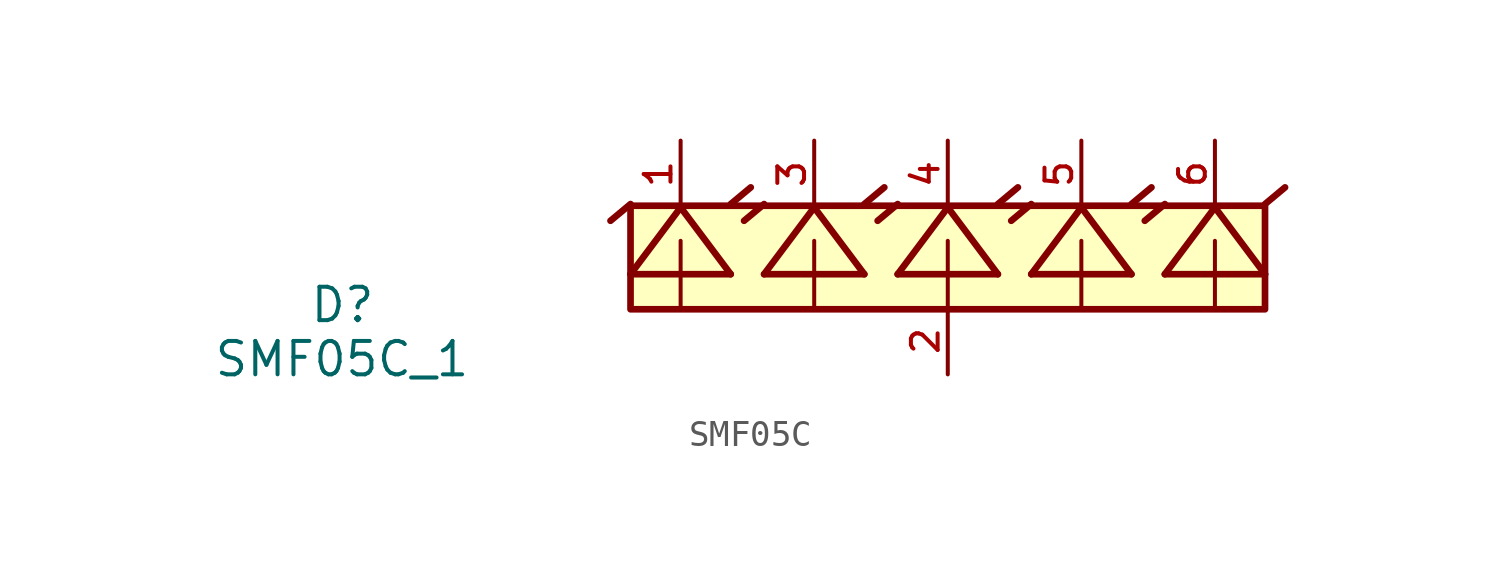
<source format=kicad_sym>
(kicad_symbol_lib
  (version 20231120)
  (generator "kicad_symbol_editor")
  (generator_version "8.0")
  (symbol "SMF05C"
    (pin_names
      (offset 1.016))
    (property "Reference" "D"
      (at -23.018 0.102 0)
      (effects (font (size 1.27 1.27))))
    (property "Value" "SMF05C_1"
      (at -23.04 -1.958 0)
      (effects (font (size 1.27 1.27))))
    (symbol "SMF05C_0_0"
      (rectangle (start -12.065 3.873) (end 12.065 -0.064) (stroke (width 0.254) (type default)) (fill (type background)))
      (polyline (pts (xy -12.065 1.27) (xy -8.255 1.27)) (stroke (width 0.254) (type default)) (fill (type none)))
      (polyline (pts (xy -12.065 3.937) (xy -12.827 3.302)) (stroke (width 0.254) (type default)) (fill (type none)))
      (polyline (pts (xy -10.16 2.54) (xy -10.16 0)) (stroke (width 0.152) (type default)) (fill (type none)))
      (polyline (pts (xy -10.16 3.81) (xy -12.065 1.27)) (stroke (width 0.254) (type default)) (fill (type none)))
      (polyline (pts (xy -8.255 1.27) (xy -10.16 3.81)) (stroke (width 0.254) (type default)) (fill (type none)))
      (polyline (pts (xy -8.255 3.937) (xy -7.493 4.572)) (stroke (width 0.254) (type default)) (fill (type none)))
      (polyline (pts (xy -6.985 1.27) (xy -3.175 1.27)) (stroke (width 0.254) (type default)) (fill (type none)))
      (polyline (pts (xy -6.985 3.937) (xy -7.747 3.302)) (stroke (width 0.254) (type default)) (fill (type none)))
      (polyline (pts (xy -5.08 2.54) (xy -5.08 0)) (stroke (width 0.152) (type default)) (fill (type none)))
      (polyline (pts (xy -5.08 3.81) (xy -6.985 1.27)) (stroke (width 0.254) (type default)) (fill (type none)))
      (polyline (pts (xy -3.175 1.27) (xy -5.08 3.81)) (stroke (width 0.254) (type default)) (fill (type none)))
      (polyline (pts (xy -3.175 3.937) (xy -2.413 4.572)) (stroke (width 0.254) (type default)) (fill (type none)))
      (polyline (pts (xy -1.905 1.27) (xy 1.905 1.27)) (stroke (width 0.254) (type default)) (fill (type none)))
      (polyline (pts (xy -1.905 3.937) (xy -2.667 3.302)) (stroke (width 0.254) (type default)) (fill (type none)))
      (polyline (pts (xy 0 2.54) (xy 0 0)) (stroke (width 0.152) (type default)) (fill (type none)))
      (polyline (pts (xy 0 3.81) (xy -1.905 1.27)) (stroke (width 0.254) (type default)) (fill (type none)))
      (polyline (pts (xy 1.905 1.27) (xy 0 3.81)) (stroke (width 0.254) (type default)) (fill (type none)))
      (polyline (pts (xy 1.905 3.937) (xy 2.667 4.572)) (stroke (width 0.254) (type default)) (fill (type none)))
      (polyline (pts (xy 3.175 1.27) (xy 6.985 1.27)) (stroke (width 0.254) (type default)) (fill (type none)))
      (polyline (pts (xy 3.175 3.937) (xy 2.413 3.302)) (stroke (width 0.254) (type default)) (fill (type none)))
      (polyline (pts (xy 5.08 2.54) (xy 5.08 0)) (stroke (width 0.152) (type default)) (fill (type none)))
      (polyline (pts (xy 5.08 3.81) (xy 3.175 1.27)) (stroke (width 0.254) (type default)) (fill (type none)))
      (polyline (pts (xy 6.985 1.27) (xy 5.08 3.81)) (stroke (width 0.254) (type default)) (fill (type none)))
      (polyline (pts (xy 6.985 3.937) (xy 7.747 4.572)) (stroke (width 0.254) (type default)) (fill (type none)))
      (polyline (pts (xy 8.255 1.27) (xy 12.065 1.27)) (stroke (width 0.254) (type default)) (fill (type none)))
      (polyline (pts (xy 8.255 3.937) (xy 7.493 3.302)) (stroke (width 0.254) (type default)) (fill (type none)))
      (polyline (pts (xy 10.16 2.54) (xy 10.16 0)) (stroke (width 0.152) (type default)) (fill (type none)))
      (polyline (pts (xy 10.16 3.81) (xy 8.255 1.27)) (stroke (width 0.254) (type default)) (fill (type none)))
      (polyline (pts (xy 12.065 1.27) (xy 10.16 3.81)) (stroke (width 0.254) (type default)) (fill (type none)))
      (polyline (pts (xy 12.065 3.937) (xy 12.827 4.572)) (stroke (width 0.254) (type default)) (fill (type none)))
      (pin passive line (at -10.16 6.35 270) (length 2.54) (name "~" (effects (font (size 1.016 1.016)))) (number "1" (effects (font (size 1.016 1.016)))))
      (pin passive line (at 0 -2.54 90) (length 2.54) (name "~" (effects (font (size 1.016 1.016)))) (number "2" (effects (font (size 1.016 1.016)))))
      (pin passive line (at -5.08 6.35 270) (length 2.54) (name "~" (effects (font (size 1.016 1.016)))) (number "3" (effects (font (size 1.016 1.016)))))
      (pin passive line (at 0 6.35 270) (length 2.54) (name "~" (effects (font (size 1.016 1.016)))) (number "4" (effects (font (size 1.016 1.016)))))
      (pin passive line (at 5.08 6.35 270) (length 2.54) (name "~" (effects (font (size 1.016 1.016)))) (number "5" (effects (font (size 1.016 1.016)))))
      (pin passive line (at 10.16 6.35 270) (length 2.54) (name "~" (effects (font (size 1.016 1.016)))) (number "6" (effects (font (size 1.016 1.016))))))))
</source>
